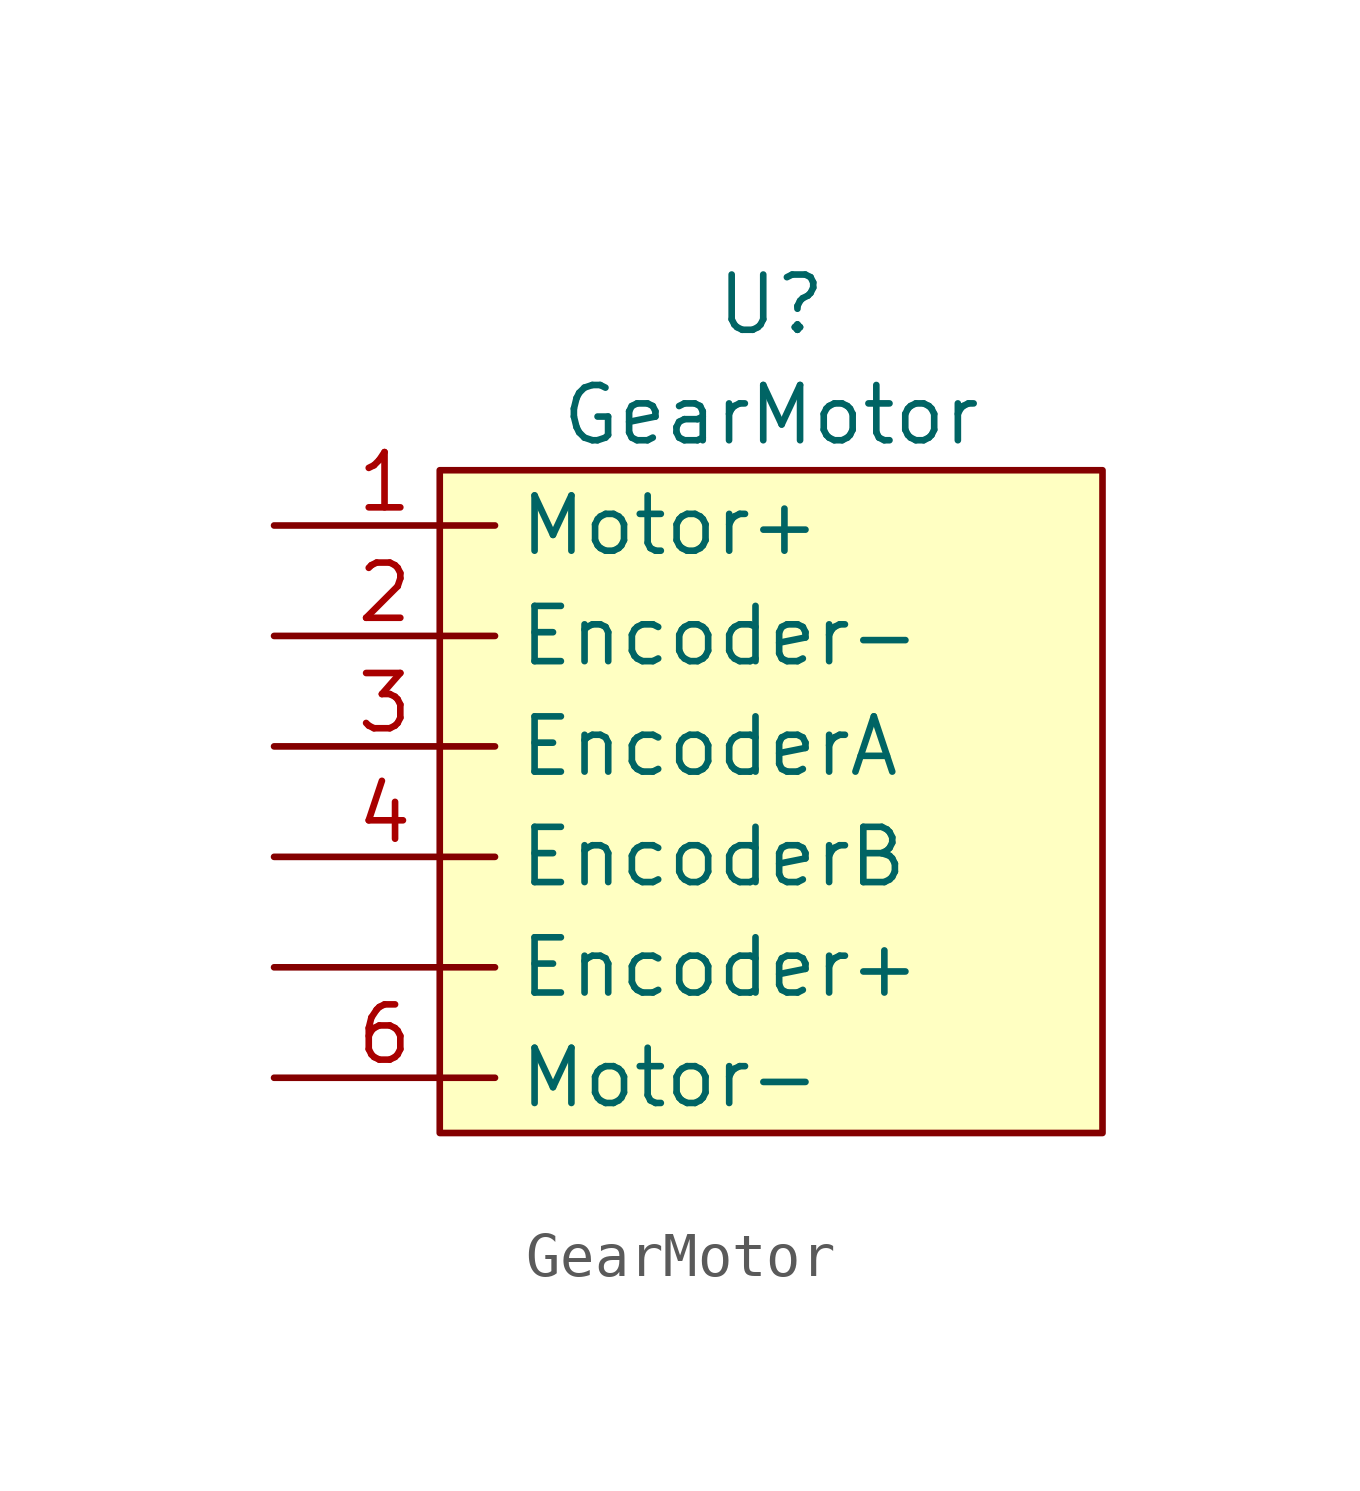
<source format=kicad_sym>
(kicad_symbol_lib
  (version 20211014)
  (generator kicad_symbol_editor)
  (symbol "GearMotor"
    (property "Reference" "U"
      (at 0 0 0)
      (effects (font (size 1.27 1.27))))
    (property "Value" "GearMotor"
      (at 0 -2.54 0)
      (effects (font (size 1.27 1.27))))
    (symbol "GearMotor_0_1"
      (rectangle (start -7.62 -3.81) (end 7.62 -19.05) (stroke (width 0) (type default) (color 0 0 0 0)) (fill (type background))))
    (symbol "GearMotor_1_1"
      (pin unspecified line (at -11.43 -15.24 0) (length 5.08) (name "Encoder+" (effects (font (size 1.27 1.27)))) (number "" (effects (font (size 1.27 1.27)))))
      (pin unspecified line (at -11.43 -5.08 0) (length 5.08) (name "Motor+" (effects (font (size 1.27 1.27)))) (number "1" (effects (font (size 1.27 1.27)))))
      (pin unspecified line (at -11.43 -7.62 0) (length 5.08) (name "Encoder-" (effects (font (size 1.27 1.27)))) (number "2" (effects (font (size 1.27 1.27)))))
      (pin unspecified line (at -11.43 -10.16 0) (length 5.08) (name "EncoderA" (effects (font (size 1.27 1.27)))) (number "3" (effects (font (size 1.27 1.27)))))
      (pin unspecified line (at -11.43 -12.7 0) (length 5.08) (name "EncoderB" (effects (font (size 1.27 1.27)))) (number "4" (effects (font (size 1.27 1.27)))))
      (pin unspecified line (at -11.43 -17.78 0) (length 5.08) (name "Motor-" (effects (font (size 1.27 1.27)))) (number "6" (effects (font (size 1.27 1.27))))))))
</source>
